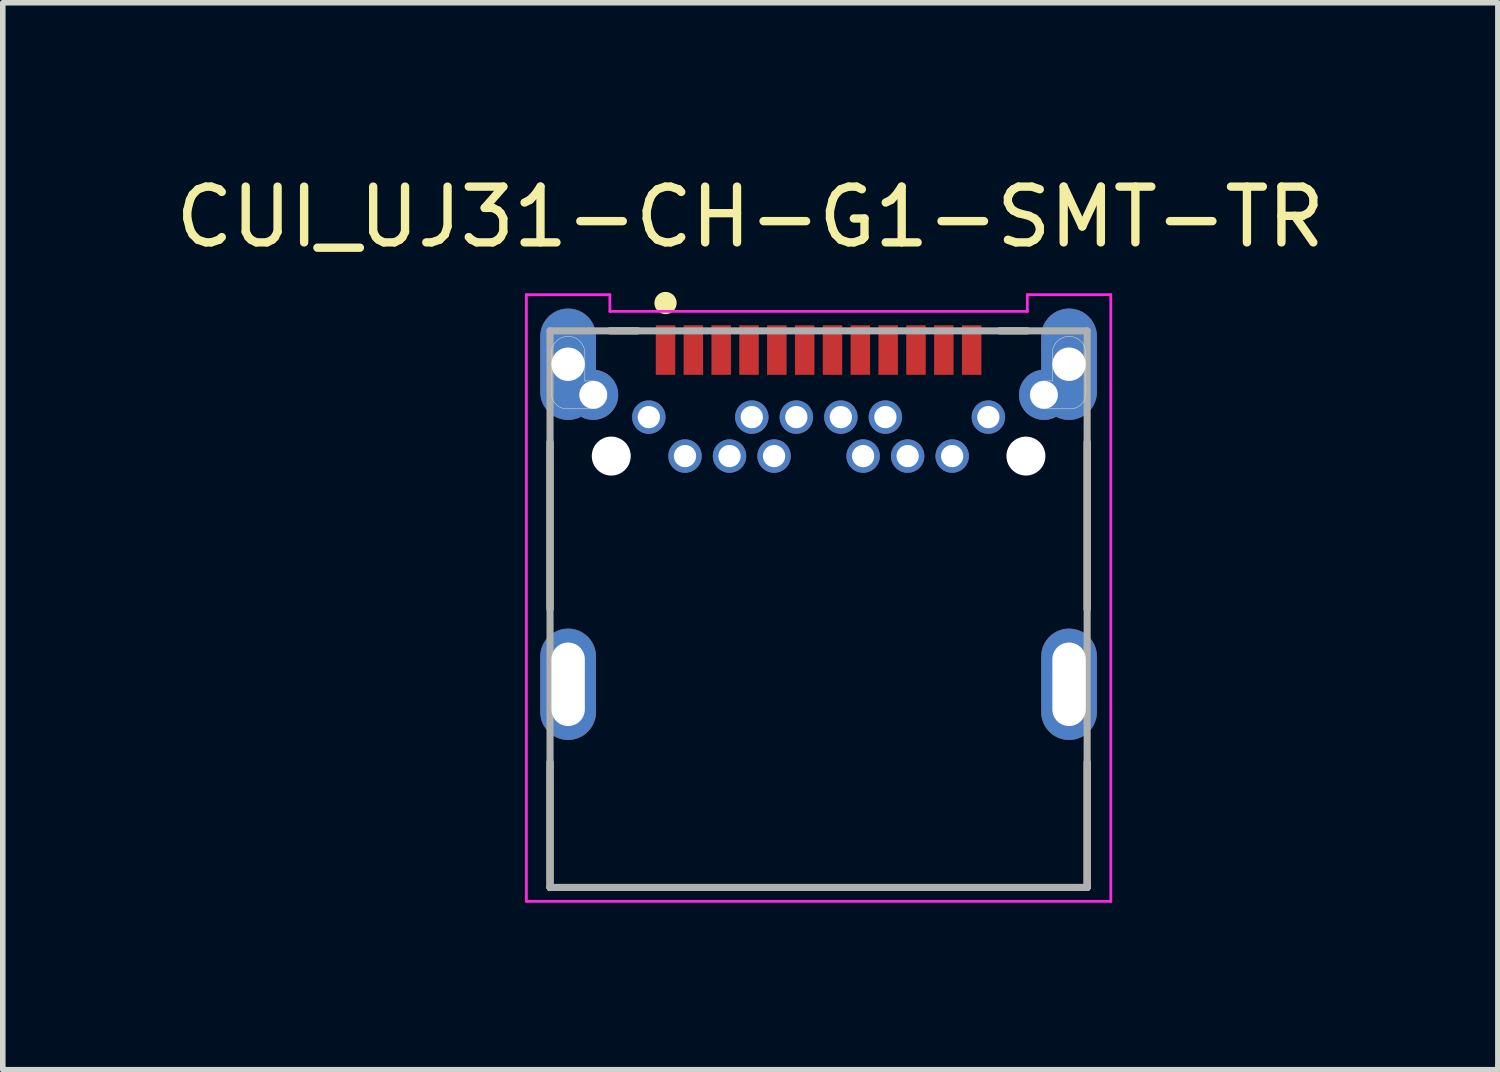
<source format=kicad_pcb>
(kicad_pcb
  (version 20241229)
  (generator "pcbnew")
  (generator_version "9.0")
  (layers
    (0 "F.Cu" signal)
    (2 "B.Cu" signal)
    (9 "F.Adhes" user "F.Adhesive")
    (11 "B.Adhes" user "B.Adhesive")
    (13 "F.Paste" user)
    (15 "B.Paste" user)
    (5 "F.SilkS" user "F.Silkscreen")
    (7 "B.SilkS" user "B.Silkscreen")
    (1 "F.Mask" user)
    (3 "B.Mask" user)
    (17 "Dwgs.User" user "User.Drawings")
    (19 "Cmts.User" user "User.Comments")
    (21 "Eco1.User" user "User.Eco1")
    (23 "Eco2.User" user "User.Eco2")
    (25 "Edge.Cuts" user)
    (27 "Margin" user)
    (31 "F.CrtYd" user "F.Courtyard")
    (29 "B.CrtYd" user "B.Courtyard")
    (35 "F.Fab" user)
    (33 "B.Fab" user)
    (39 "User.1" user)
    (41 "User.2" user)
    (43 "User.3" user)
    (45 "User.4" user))
  (footprint "CUI_UJ31-CH-G1-SMT-TR"
    (layer "F.Cu")
    (at 8.907 3.239)
    (property "Reference" "CUI_UJ31-CH-G1-SMT-TR" (at 1.523 -2.39 0) (layer "F.SilkS") (effects (font (size 1.002 1.002) (thickness 0.15))))
    (attr through_hole)
    (fp_line (start -2.075 4.655) (end -2.075 1.655) (stroke (width 0.127) (type solid)) (layer "F.SilkS"))
    (fp_line (start -2.075 9.655) (end -2.075 7.405) (stroke (width 0.127) (type solid)) (layer "F.SilkS"))
    (fp_line (start -1 -0.345) (end -0.5 -0.345) (stroke (width 0.127) (type solid)) (layer "F.SilkS"))
    (fp_line (start 6 -0.345) (end 6.5 -0.345) (stroke (width 0.127) (type solid)) (layer "F.SilkS"))
    (fp_line (start 7.575 1.655) (end 7.575 4.655) (stroke (width 0.127) (type solid)) (layer "F.SilkS"))
    (fp_line (start 7.575 7.405) (end 7.575 9.655) (stroke (width 0.127) (type solid)) (layer "F.SilkS"))
    (fp_line (start 7.575 9.655) (end -2.075 9.655) (stroke (width 0.127) (type solid)) (layer "F.SilkS"))
    (fp_circle (center 0 -0.845) (end 0.1 -0.845) (stroke (width 0.2) (type solid)) (fill no) (layer "F.SilkS"))
    (fp_line (start -2.05 0.805) (end -2.05 0.055) (stroke (width 0.01) (type solid)) (layer "Edge.Cuts"))
    (fp_line (start -1.45 0.055) (end -1.45 0.555) (stroke (width 0.01) (type solid)) (layer "Edge.Cuts"))
    (fp_line (start -1.45 0.555) (end -1.3 0.555) (stroke (width 0.01) (type solid)) (layer "Edge.Cuts"))
    (fp_line (start -1.3 1.055) (end -1.75 1.055) (stroke (width 0.01) (type solid)) (layer "Edge.Cuts"))
    (fp_line (start 6.8 0.555) (end 6.95 0.555) (stroke (width 0.01) (type solid)) (layer "Edge.Cuts"))
    (fp_line (start 6.95 0.555) (end 6.95 0.055) (stroke (width 0.01) (type solid)) (layer "Edge.Cuts"))
    (fp_line (start 7.25 1.055) (end 6.8 1.055) (stroke (width 0.01) (type solid)) (layer "Edge.Cuts"))
    (fp_line (start 7.55 0.055) (end 7.55 0.805) (stroke (width 0.01) (type solid)) (layer "Edge.Cuts"))
    (fp_arc (start -2.05 0.055) (mid -1.75 -0.245) (end -1.45 0.055) (stroke (width 0.01) (type solid)) (layer "Edge.Cuts"))
    (fp_arc (start -1.75 1.055) (mid -1.951777 0.992132) (end -2.05 0.805) (stroke (width 0.01) (type solid)) (layer "Edge.Cuts"))
    (fp_arc (start -1.3 0.555) (mid -1.05 0.805) (end -1.3 1.055) (stroke (width 0.01) (type solid)) (layer "Edge.Cuts"))
    (fp_arc (start 6.8 1.055) (mid 6.55 0.805) (end 6.8 0.555) (stroke (width 0.01) (type solid)) (layer "Edge.Cuts"))
    (fp_arc (start 6.95 0.055) (mid 7.25 -0.245) (end 7.55 0.055) (stroke (width 0.01) (type solid)) (layer "Edge.Cuts"))
    (fp_arc (start 7.55 0.805) (mid 7.451777 0.992132) (end 7.25 1.055) (stroke (width 0.01) (type solid)) (layer "Edge.Cuts"))
    (fp_line (start -2.5 -0.995) (end -1 -0.995) (stroke (width 0.05) (type solid)) (layer "F.CrtYd"))
    (fp_line (start -2.5 9.905) (end -2.5 -0.995) (stroke (width 0.05) (type solid)) (layer "F.CrtYd"))
    (fp_line (start -1 -0.995) (end -1 -0.695) (stroke (width 0.05) (type solid)) (layer "F.CrtYd"))
    (fp_line (start -1 -0.695) (end 6.5 -0.695) (stroke (width 0.05) (type solid)) (layer "F.CrtYd"))
    (fp_line (start 6.5 -0.995) (end 8 -0.995) (stroke (width 0.05) (type solid)) (layer "F.CrtYd"))
    (fp_line (start 6.5 -0.695) (end 6.5 -0.995) (stroke (width 0.05) (type solid)) (layer "F.CrtYd"))
    (fp_line (start 8 -0.995) (end 8 9.905) (stroke (width 0.05) (type solid)) (layer "F.CrtYd"))
    (fp_line (start 8 9.905) (end -2.5 9.905) (stroke (width 0.05) (type solid)) (layer "F.CrtYd"))
    (fp_line (start -2.075 -0.345) (end 7.575 -0.345) (stroke (width 0.127) (type solid)) (layer "F.Fab"))
    (fp_line (start -2.075 9.655) (end -2.075 -0.345) (stroke (width 0.127) (type solid)) (layer "F.Fab"))
    (fp_line (start 7.575 -0.345) (end 7.575 9.655) (stroke (width 0.127) (type solid)) (layer "F.Fab"))
    (fp_line (start 7.575 9.655) (end -2.075 9.655) (stroke (width 0.127) (type solid)) (layer "F.Fab"))
    (pad "" np_thru_hole circle (at -0.975 1.905) (size 0.7 0.7) (drill 0.7) (layers "*.Cu" "*.Mask"))
    (pad "" np_thru_hole circle (at 6.475 1.905) (size 0.7 0.7) (drill 0.7) (layers "*.Cu" "*.Mask"))
    (pad "A1" smd rect (at 0 0 90) (size 0.89 0.35) (layers "F.Cu" "F.Mask" "F.Paste"))
    (pad "A2" smd rect (at 0.5 0 90) (size 0.89 0.35) (layers "F.Cu" "F.Mask" "F.Paste"))
    (pad "A3" smd rect (at 1 0 90) (size 0.89 0.35) (layers "F.Cu" "F.Mask" "F.Paste"))
    (pad "A4" smd rect (at 1.5 0 90) (size 0.89 0.35) (layers "F.Cu" "F.Mask" "F.Paste"))
    (pad "A5" smd rect (at 2 0 90) (size 0.89 0.35) (layers "F.Cu" "F.Mask" "F.Paste"))
    (pad "A6" smd rect (at 2.5 0 90) (size 0.89 0.35) (layers "F.Cu" "F.Mask" "F.Paste"))
    (pad "A7" smd rect (at 3 0 90) (size 0.89 0.35) (layers "F.Cu" "F.Mask" "F.Paste"))
    (pad "A8" smd rect (at 3.5 0 90) (size 0.89 0.35) (layers "F.Cu" "F.Mask" "F.Paste"))
    (pad "A9" smd rect (at 4 0 90) (size 0.89 0.35) (layers "F.Cu" "F.Mask" "F.Paste"))
    (pad "A10" smd rect (at 4.5 0 90) (size 0.89 0.35) (layers "F.Cu" "F.Mask" "F.Paste"))
    (pad "A11" smd rect (at 5 0 90) (size 0.89 0.35) (layers "F.Cu" "F.Mask" "F.Paste"))
    (pad "A12" smd rect (at 5.5 0 90) (size 0.89 0.35) (layers "F.Cu" "F.Mask" "F.Paste"))
    (pad "B1" thru_hole circle (at 5.8 1.205) (size 0.6 0.6) (drill 0.4) (layers "*.Cu" "*.Mask"))
    (pad "B2" thru_hole circle (at 5.15 1.905) (size 0.6 0.6) (drill 0.4) (layers "*.Cu" "*.Mask"))
    (pad "B3" thru_hole circle (at 4.35 1.905) (size 0.6 0.6) (drill 0.4) (layers "*.Cu" "*.Mask"))
    (pad "B4" thru_hole circle (at 3.95 1.205) (size 0.6 0.6) (drill 0.4) (layers "*.Cu" "*.Mask"))
    (pad "B5" thru_hole circle (at 3.55 1.905) (size 0.6 0.6) (drill 0.4) (layers "*.Cu" "*.Mask"))
    (pad "B6" thru_hole circle (at 3.15 1.205) (size 0.6 0.6) (drill 0.4) (layers "*.Cu" "*.Mask"))
    (pad "B7" thru_hole circle (at 2.35 1.205) (size 0.6 0.6) (drill 0.4) (layers "*.Cu" "*.Mask"))
    (pad "B8" thru_hole circle (at 1.95 1.905) (size 0.6 0.6) (drill 0.4) (layers "*.Cu" "*.Mask"))
    (pad "B9" thru_hole circle (at 1.55 1.205) (size 0.6 0.6) (drill 0.4) (layers "*.Cu" "*.Mask"))
    (pad "B10" thru_hole circle (at 1.15 1.905) (size 0.6 0.6) (drill 0.4) (layers "*.Cu" "*.Mask"))
    (pad "B11" thru_hole circle (at 0.35 1.905) (size 0.6 0.6) (drill 0.4) (layers "*.Cu" "*.Mask"))
    (pad "B12" thru_hole circle (at -0.3 1.205) (size 0.6 0.6) (drill 0.4) (layers "*.Cu" "*.Mask"))
    (pad "SH1" thru_hole oval (at -1.75 6.005) (size 1 2) (drill oval 0.6 1.5) (layers "*.Cu" "*.Mask"))
    (pad "SH2" thru_hole circle (at -1.3 0.805) (size 0.9 0.9) (drill 0.5) (layers "*.Cu" "*.Mask"))
    (pad "SH3" thru_hole oval (at -1.75 0.255) (size 1 2) (drill 0.6) (layers "*.Cu" "*.Mask"))
    (pad "SH4" thru_hole oval (at 7.25 6.005) (size 1 2) (drill oval 0.6 1.5) (layers "*.Cu" "*.Mask"))
    (pad "SH5" thru_hole circle (at 6.8 0.805) (size 0.9 0.9) (drill 0.5) (layers "*.Cu" "*.Mask"))
    (pad "SH6" thru_hole oval (at 7.25 0.255) (size 1 2) (drill 0.6) (layers "*.Cu" "*.Mask")))
  (gr_rect
    (start -3 -3)
    (end 23.861 16.169)
    (stroke (width 0.1) (type default))
    (fill no)
    (layer "Edge.Cuts")))
</source>
